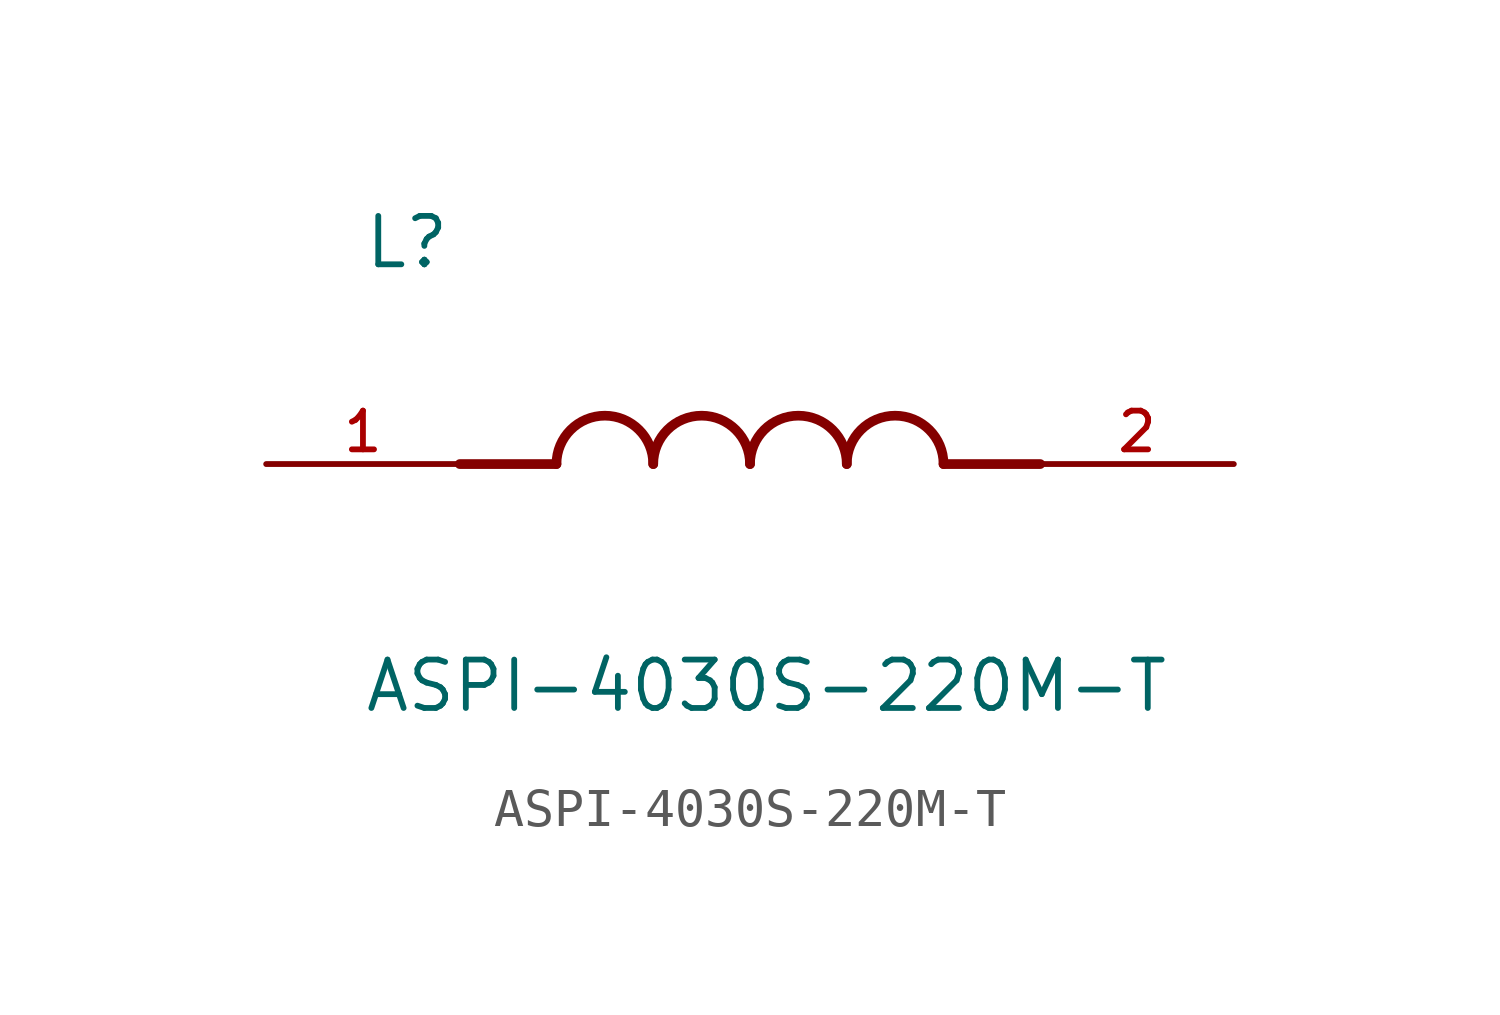
<source format=kicad_sym>
(kicad_symbol_lib
  (version 20211014)
  (generator kicad_symbol_editor)
  (symbol "ASPI-4030S-220M-T"
    (pin_names
      (offset 1.016))
    (property "Reference" "L"
      (at -10.16 5.08 0)
      (effects (font (size 1.27 1.27)) (justify bottom left)))
    (property "Value" "ASPI-4030S-220M-T"
      (at -10.16 -5.08 0)
      (effects (font (size 1.27 1.27)) (justify top left)))
    (symbol "ASPI-4030S-220M-T_0_0"
      (polyline (pts (xy -5.08 0.0) (xy -7.62 0.0)) (stroke (width 0.254)))
      (polyline (pts (xy 5.08 0.0) (xy 7.62 0.0)) (stroke (width 0.254)))
      (arc (start -2.54 0.0) (mid -3.81 1.27) (end -5.08 0.0) (stroke (width 0.254) (type default) (color 0 0 0 0)) (fill (type none)))
      (arc (start 0.0 0.0) (mid -1.27 1.27) (end -2.54 0.0) (stroke (width 0.254) (type default) (color 0 0 0 0)) (fill (type none)))
      (arc (start 2.54 0.0) (mid 1.27 1.27) (end 0.0 0.0) (stroke (width 0.254) (type default) (color 0 0 0 0)) (fill (type none)))
      (arc (start 5.08 0.0) (mid 3.81 1.27) (end 2.54 0.0) (stroke (width 0.254) (type default) (color 0 0 0 0)) (fill (type none)))
      (pin passive line (at -12.7 0.0 0) (length 5.08) (name "~" (effects (font (size 1.016 1.016)))) (number "1" (effects (font (size 1.016 1.016)))))
      (pin passive line (at 12.7 0.0 180.0) (length 5.08) (name "~" (effects (font (size 1.016 1.016)))) (number "2" (effects (font (size 1.016 1.016))))))))
</source>
